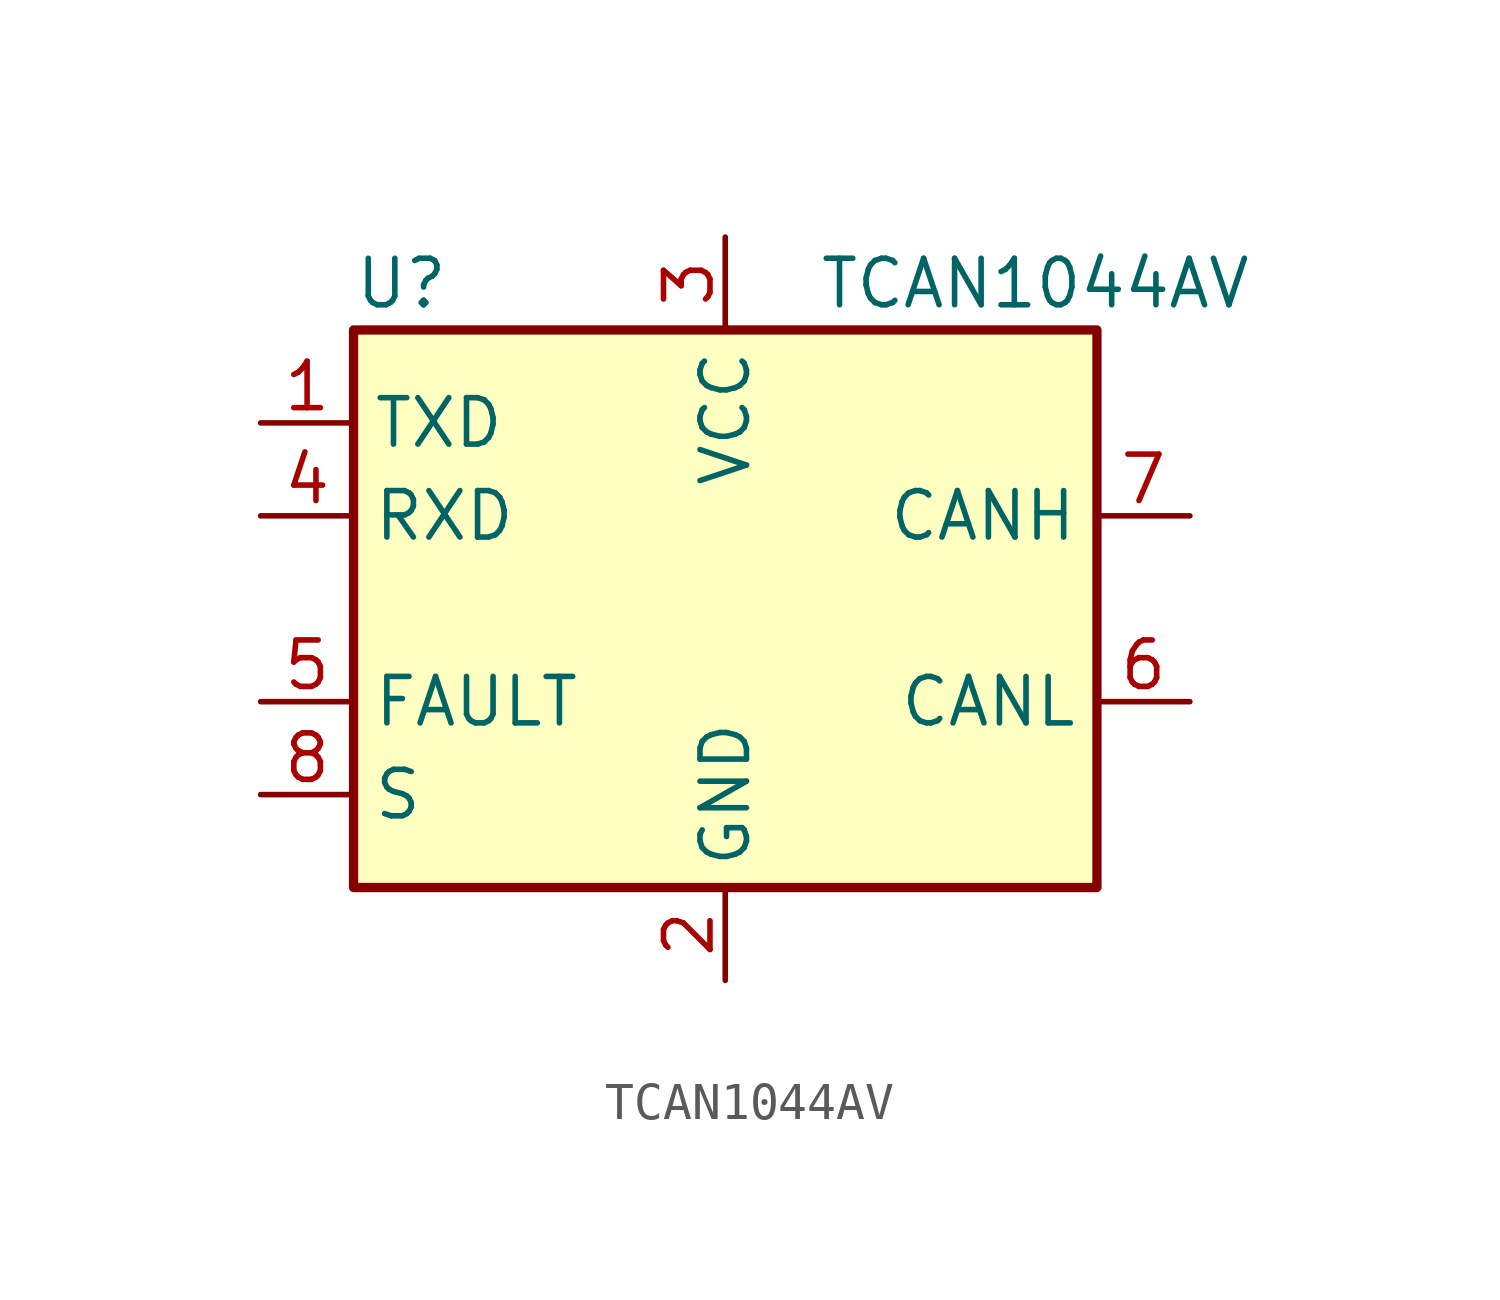
<source format=kicad_sym>
(kicad_symbol_lib
  (version 20241209)
  (generator "kicad_symbol_editor")
  (generator_version "9.0")
  (symbol "TCAN1044AV"
    (property "Reference" "U"
      (at -10.16 8.89 0)
      (effects (font (size 1.27 1.27)) (justify left)))
    (property "Value" "TCAN1044AV"
      (at 2.54 8.89 0)
      (effects (font (size 1.27 1.27)) (justify left)))
    (symbol "TCAN1044AV_0_1"
      (rectangle (start -10.16 7.62) (end 10.16 -7.62) (stroke (width 0.254) (type default)) (fill (type background))))
    (symbol "TCAN1044AV_1_1"
      (pin input line (at -12.7 5.08 0) (length 2.54) (name "TXD" (effects (font (size 1.27 1.27)))) (number "1" (effects (font (size 1.27 1.27)))))
      (pin tri_state line (at -12.7 2.54 0) (length 2.54) (name "RXD" (effects (font (size 1.27 1.27)))) (number "4" (effects (font (size 1.27 1.27)))))
      (pin open_collector line (at -12.7 -2.54 0) (length 2.54) (name "FAULT" (effects (font (size 1.27 1.27)))) (number "5" (effects (font (size 1.27 1.27)))))
      (pin input line (at -12.7 -5.08 0) (length 2.54) (name "S" (effects (font (size 1.27 1.27)))) (number "8" (effects (font (size 1.27 1.27)))))
      (pin power_in line (at 0 10.16 270) (length 2.54) (name "VCC" (effects (font (size 1.27 1.27)))) (number "3" (effects (font (size 1.27 1.27)))))
      (pin power_in line (at 0 -10.16 90) (length 2.54) (name "GND" (effects (font (size 1.27 1.27)))) (number "2" (effects (font (size 1.27 1.27)))))
      (pin bidirectional line (at 12.7 2.54 180) (length 2.54) (name "CANH" (effects (font (size 1.27 1.27)))) (number "7" (effects (font (size 1.27 1.27)))))
      (pin bidirectional line (at 12.7 -2.54 180) (length 2.54) (name "CANL" (effects (font (size 1.27 1.27)))) (number "6" (effects (font (size 1.27 1.27))))))))
</source>
